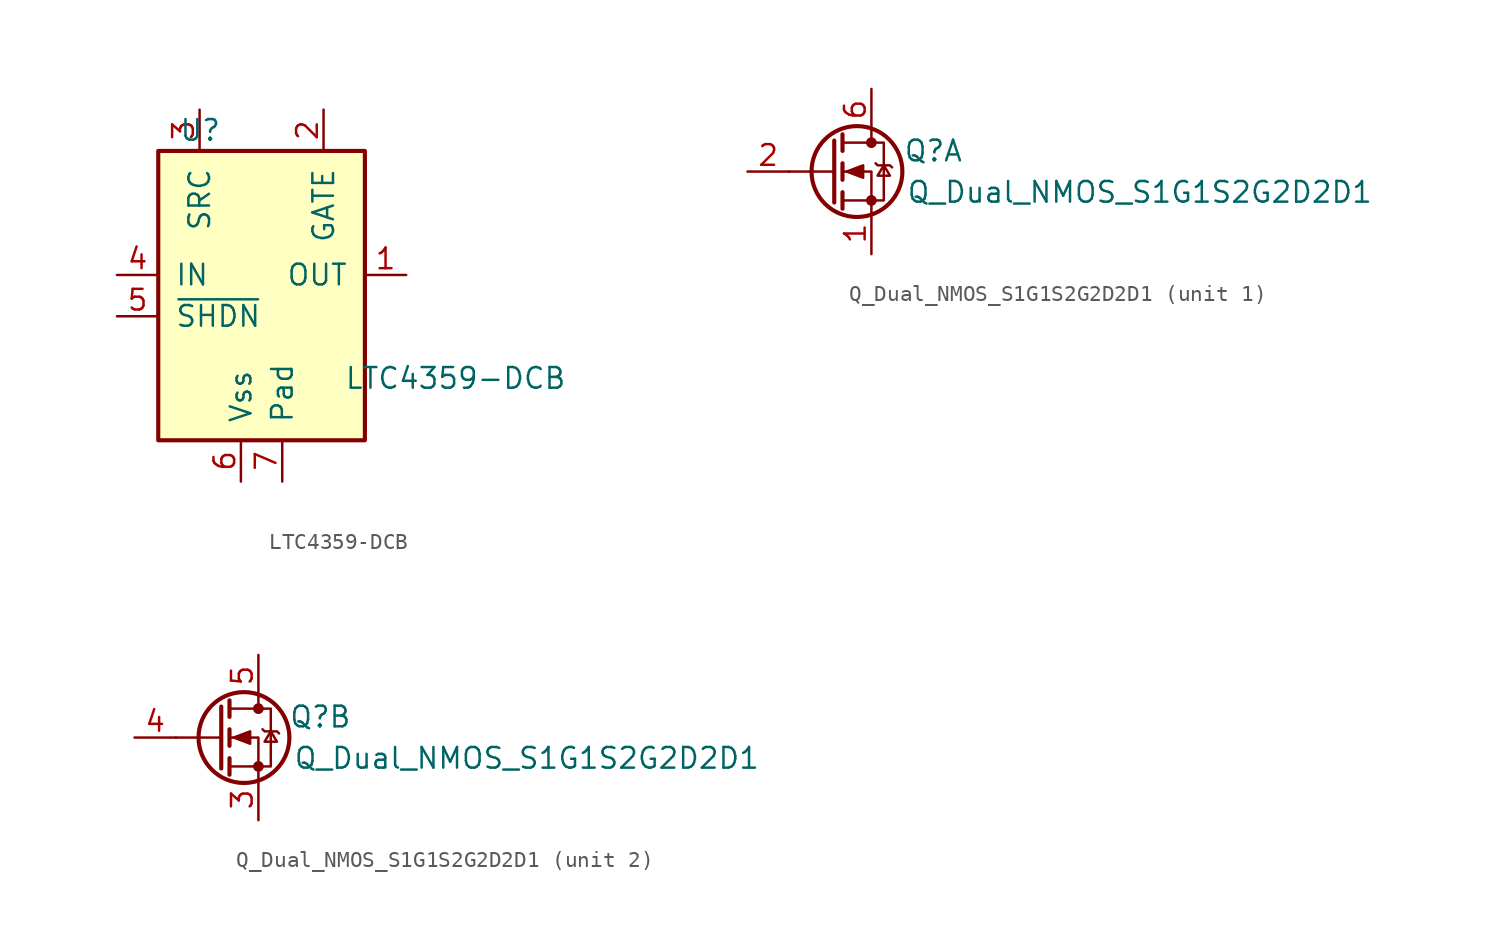
<source format=kicad_sym>
(kicad_symbol_lib
  (version 20220914)
  (generator kicad_symbol_editor)
  (symbol "LTC4359-DCB"
    (pin_names
      (offset 1.016))
    (property "Reference" "U"
      (at -6.35 8.89 0)
      (effects (font (size 1.27 1.27)) (justify left)))
    (property "Value" "LTC4359-DCB"
      (at 3.81 -6.35 0)
      (effects (font (size 1.27 1.27)) (justify left)))
    (symbol "LTC4359-DCB_0_1"
      (rectangle (start -7.62 7.62) (end 5.08 -10.16) (stroke (width 0.254) (type default)) (fill (type background))))
    (symbol "LTC4359-DCB_1_1"
      (pin input line (at 7.62 0 180) (length 2.54) (name "OUT" (effects (font (size 1.27 1.27)))) (number "1" (effects (font (size 1.27 1.27)))))
      (pin output line (at 2.54 10.16 270) (length 2.54) (name "GATE" (effects (font (size 1.27 1.27)))) (number "2" (effects (font (size 1.27 1.27)))))
      (pin input line (at -5.08 10.16 270) (length 2.54) (name "SRC" (effects (font (size 1.27 1.27)))) (number "3" (effects (font (size 1.27 1.27)))))
      (pin power_in line (at -10.16 0 0) (length 2.54) (name "IN" (effects (font (size 1.27 1.27)))) (number "4" (effects (font (size 1.27 1.27)))))
      (pin input line (at -10.16 -2.54 0) (length 2.54) (name "~{SHDN}" (effects (font (size 1.27 1.27)))) (number "5" (effects (font (size 1.27 1.27)))))
      (pin power_in line (at -2.54 -12.7 90) (length 2.54) (name "Vss" (effects (font (size 1.27 1.27)))) (number "6" (effects (font (size 1.27 1.27)))))
      (pin power_in line (at 0 -12.7 90) (length 2.54) (name "Pad" (effects (font (size 1.27 1.27)))) (number "7" (effects (font (size 1.27 1.27)))))))
  (symbol "Q_Dual_NMOS_S1G1S2G2D2D1"
    (pin_names
      (offset 0) hide)
    (property "Reference" "Q"
      (at 6.35 1.27 0)
      (effects (font (size 1.27 1.27))))
    (property "Value" "Q_Dual_NMOS_S1G1S2G2D2D1"
      (at 19.05 -1.27 0)
      (effects (font (size 1.27 1.27))))
    (symbol "Q_Dual_NMOS_S1G1S2G2D2D1_0_1"
      (polyline (pts (xy 0.254 0) (xy -2.54 0)) (stroke (width 0) (type default)) (fill (type none)))
      (polyline (pts (xy 0.254 1.905) (xy 0.254 -1.905)) (stroke (width 0.254) (type default)) (fill (type none)))
      (polyline (pts (xy 0.762 -1.27) (xy 0.762 -2.286)) (stroke (width 0.254) (type default)) (fill (type none)))
      (polyline (pts (xy 0.762 0.508) (xy 0.762 -0.508)) (stroke (width 0.254) (type default)) (fill (type none)))
      (polyline (pts (xy 0.762 2.286) (xy 0.762 1.27)) (stroke (width 0.254) (type default)) (fill (type none)))
      (polyline (pts (xy 2.54 2.54) (xy 2.54 1.778)) (stroke (width 0) (type default)) (fill (type none)))
      (polyline (pts (xy 2.54 -2.54) (xy 2.54 0) (xy 0.762 0)) (stroke (width 0) (type default)) (fill (type none)))
      (polyline (pts (xy 0.762 -1.778) (xy 3.302 -1.778) (xy 3.302 1.778) (xy 0.762 1.778)) (stroke (width 0) (type default)) (fill (type none)))
      (polyline (pts (xy 1.016 0) (xy 2.032 0.381) (xy 2.032 -0.381) (xy 1.016 0)) (stroke (width 0) (type default)) (fill (type outline)))
      (polyline (pts (xy 2.794 0.508) (xy 2.921 0.381) (xy 3.683 0.381) (xy 3.81 0.254)) (stroke (width 0) (type default)) (fill (type none)))
      (polyline (pts (xy 3.302 0.381) (xy 2.921 -0.254) (xy 3.683 -0.254) (xy 3.302 0.381)) (stroke (width 0) (type default)) (fill (type none)))
      (circle (center 1.651 0) (radius 2.794) (stroke (width 0.254) (type default)) (fill (type none)))
      (circle (center 2.54 -1.778) (radius 0.254) (stroke (width 0) (type default)) (fill (type outline)))
      (circle (center 2.54 1.778) (radius 0.254) (stroke (width 0) (type default)) (fill (type outline))))
    (symbol "Q_Dual_NMOS_S1G1S2G2D2D1_1_1"
      (pin passive line (at 2.54 -5.08 90) (length 2.54) (name "S" (effects (font (size 1.27 1.27)))) (number "1" (effects (font (size 1.27 1.27)))))
      (pin input line (at -5.08 0 0) (length 2.54) (name "G" (effects (font (size 1.27 1.27)))) (number "2" (effects (font (size 1.27 1.27)))))
      (pin passive line (at 2.54 5.08 270) (length 2.54) (name "D" (effects (font (size 1.27 1.27)))) (number "6" (effects (font (size 1.27 1.27))))))
    (symbol "Q_Dual_NMOS_S1G1S2G2D2D1_2_1"
      (pin passive line (at 2.54 -5.08 90) (length 2.54) (name "D" (effects (font (size 1.27 1.27)))) (number "3" (effects (font (size 1.27 1.27)))))
      (pin input line (at -5.08 0 0) (length 2.54) (name "G" (effects (font (size 1.27 1.27)))) (number "4" (effects (font (size 1.27 1.27)))))
      (pin passive line (at 2.54 5.08 270) (length 2.54) (name "S" (effects (font (size 1.27 1.27)))) (number "5" (effects (font (size 1.27 1.27))))))))
</source>
